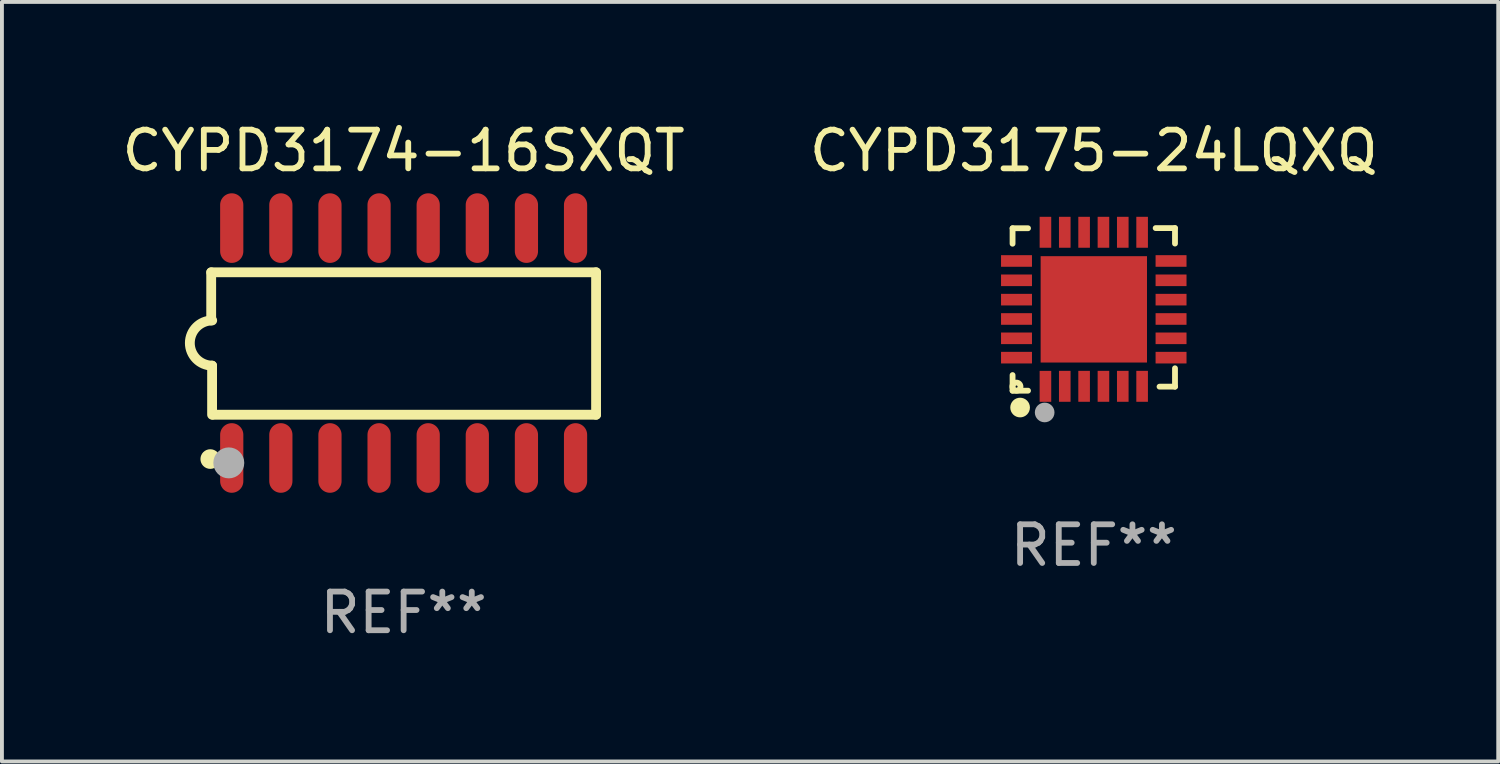
<source format=kicad_pcb>
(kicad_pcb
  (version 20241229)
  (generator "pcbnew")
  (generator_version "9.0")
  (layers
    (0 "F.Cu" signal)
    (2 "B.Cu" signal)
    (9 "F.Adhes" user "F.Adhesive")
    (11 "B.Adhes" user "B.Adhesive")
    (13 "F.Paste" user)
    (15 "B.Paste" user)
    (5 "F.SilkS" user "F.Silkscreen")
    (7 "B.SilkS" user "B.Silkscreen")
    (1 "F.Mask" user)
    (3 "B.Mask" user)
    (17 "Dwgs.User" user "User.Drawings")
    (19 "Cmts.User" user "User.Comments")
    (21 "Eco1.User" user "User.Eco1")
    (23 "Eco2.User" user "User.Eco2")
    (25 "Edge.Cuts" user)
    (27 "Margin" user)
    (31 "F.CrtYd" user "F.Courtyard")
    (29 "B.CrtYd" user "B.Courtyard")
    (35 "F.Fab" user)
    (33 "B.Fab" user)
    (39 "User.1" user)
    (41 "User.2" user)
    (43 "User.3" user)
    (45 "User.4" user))
  (footprint "CYPD3174-16SXQT"
    (layer "F.Cu")
    (at 7.387 5.82)
    (property "Reference" "CYPD3174-16SXQT" (at 0 -4.972 0) (layer "F.SilkS") (effects (font (size 1 1) (thickness 0.15))))
    (attr through_hole)
    (fp_line (start -4.976 -1.829) (end -4.976 -0.584) (stroke (width 0.254) (type solid)) (layer "F.SilkS"))
    (fp_line (start -4.953 0.584) (end -4.953 1.854) (stroke (width 0.254) (type solid)) (layer "F.SilkS"))
    (fp_line (start -4.928 1.854) (end 4.976 1.854) (stroke (width 0.254) (type solid)) (layer "F.SilkS"))
    (fp_line (start 4.976 -1.829) (end -4.976 -1.829) (stroke (width 0.254) (type solid)) (layer "F.SilkS"))
    (fp_line (start 4.976 1.854) (end 4.976 -1.829) (stroke (width 0.254) (type solid)) (layer "F.SilkS"))
    (fp_arc (start -4.95301 0.584201) (mid -5.533866 -0.00152) (end -4.950088 -0.584329) (stroke (width 0.254001) (type solid)) (layer "F.SilkS"))
    (fp_circle (center -5 3) (end -4.873 3) (stroke (width 0.254) (type solid)) (fill no) (layer "F.SilkS"))
    (fp_circle (center -4.521 3.099) (end -4.321 3.099) (stroke (width 0.4) (type solid)) (fill no) (layer "F.Fab"))
    (fp_text user "REF**" (at 0 6.972 0) (layer "F.Fab") (effects (font (size 1 1) (thickness 0.15))))
    (pad "1" smd oval (at -4.445 2.972 180) (size 0.6 1.8) (layers "F.Cu" "F.Mask" "F.Paste"))
    (pad "2" smd oval (at -3.175 2.972 180) (size 0.6 1.8) (layers "F.Cu" "F.Mask" "F.Paste"))
    (pad "3" smd oval (at -1.905 2.972 180) (size 0.6 1.8) (layers "F.Cu" "F.Mask" "F.Paste"))
    (pad "4" smd oval (at -0.635 2.972 180) (size 0.6 1.8) (layers "F.Cu" "F.Mask" "F.Paste"))
    (pad "5" smd oval (at 0.635 2.972 180) (size 0.6 1.8) (layers "F.Cu" "F.Mask" "F.Paste"))
    (pad "6" smd oval (at 1.905 2.972 180) (size 0.6 1.8) (layers "F.Cu" "F.Mask" "F.Paste"))
    (pad "7" smd oval (at 3.175 2.972 180) (size 0.6 1.8) (layers "F.Cu" "F.Mask" "F.Paste"))
    (pad "8" smd oval (at 4.445 2.972 180) (size 0.6 1.8) (layers "F.Cu" "F.Mask" "F.Paste"))
    (pad "9" smd oval (at 4.445 -2.972 180) (size 0.6 1.8) (layers "F.Cu" "F.Mask" "F.Paste"))
    (pad "10" smd oval (at 3.175 -2.972 180) (size 0.6 1.8) (layers "F.Cu" "F.Mask" "F.Paste"))
    (pad "11" smd oval (at 1.905 -2.972 180) (size 0.6 1.8) (layers "F.Cu" "F.Mask" "F.Paste"))
    (pad "12" smd oval (at 0.635 -2.972 180) (size 0.6 1.8) (layers "F.Cu" "F.Mask" "F.Paste"))
    (pad "13" smd oval (at -0.635 -2.972 180) (size 0.6 1.8) (layers "F.Cu" "F.Mask" "F.Paste"))
    (pad "14" smd oval (at -1.905 -2.972 180) (size 0.6 1.8) (layers "F.Cu" "F.Mask" "F.Paste"))
    (pad "15" smd oval (at -3.175 -2.972 180) (size 0.6 1.8) (layers "F.Cu" "F.Mask" "F.Paste"))
    (pad "16" smd oval (at -4.445 -2.972 180) (size 0.6 1.8) (layers "F.Cu" "F.Mask" "F.Paste")))
  (footprint "CYPD3175-24LQXQ"
    (layer "F.Cu")
    (at 25.232 4.95)
    (property "Reference" "CYPD3175-24LQXQ" (at 0 -4.102 0) (layer "F.SilkS") (effects (font (size 1 1) (thickness 0.15))))
    (attr through_hole)
    (fp_line (start -2.1 -2.098) (end -1.7 -2.098) (stroke (width 0.15) (type solid)) (layer "F.SilkS"))
    (fp_line (start -2.1 -1.698) (end -2.1 -2.098) (stroke (width 0.15) (type solid)) (layer "F.SilkS"))
    (fp_line (start -2.1 2.102) (end -2.1 1.698) (stroke (width 0.15) (type solid)) (layer "F.SilkS"))
    (fp_line (start -1.7 2.102) (end -2.1 2.102) (stroke (width 0.15) (type solid)) (layer "F.SilkS"))
    (fp_line (start 1.6 -2.102) (end 2.1 -2.102) (stroke (width 0.15) (type solid)) (layer "F.SilkS"))
    (fp_line (start 1.7 1.998) (end 2.1 1.998) (stroke (width 0.15) (type solid)) (layer "F.SilkS"))
    (fp_line (start 2.1 -2.102) (end 2.1 -1.702) (stroke (width 0.15) (type solid)) (layer "F.SilkS"))
    (fp_line (start 2.1 1.998) (end 2.1 1.522) (stroke (width 0.15) (type solid)) (layer "F.SilkS"))
    (fp_circle (center -2 1.998) (end -1.97 1.998) (stroke (width 0.15) (type solid)) (fill no) (layer "F.SilkS"))
    (fp_circle (center -1.905 2.538) (end -1.778 2.538) (stroke (width 0.254) (type solid)) (fill no) (layer "F.SilkS"))
    (fp_circle (center -1.27 2.665) (end -1.143 2.665) (stroke (width 0.254) (type solid)) (fill no) (layer "F.Fab"))
    (fp_text user "REF**" (at 0 6.102 0) (layer "F.Fab") (effects (font (size 1 1) (thickness 0.15))))
    (pad "1" smd rect (at -1.25 1.99 180) (size 0.3 0.8) (layers "F.Cu" "F.Mask" "F.Paste"))
    (pad "2" smd rect (at -0.75 1.989 180) (size 0.3 0.8) (layers "F.Cu" "F.Mask" "F.Paste"))
    (pad "3" smd rect (at -0.25 1.989 180) (size 0.3 0.8) (layers "F.Cu" "F.Mask" "F.Paste"))
    (pad "4" smd rect (at 0.25 1.989 180) (size 0.3 0.8) (layers "F.Cu" "F.Mask" "F.Paste"))
    (pad "5" smd rect (at 0.75 1.989 180) (size 0.3 0.8) (layers "F.Cu" "F.Mask" "F.Paste"))
    (pad "6" smd rect (at 1.25 1.989 180) (size 0.3 0.8) (layers "F.Cu" "F.Mask" "F.Paste"))
    (pad "7" smd rect (at 1.998 1.248 270) (size 0.3 0.8) (layers "F.Cu" "F.Mask" "F.Paste"))
    (pad "8" smd rect (at 1.998 0.748 270) (size 0.3 0.8) (layers "F.Cu" "F.Mask" "F.Paste"))
    (pad "9" smd rect (at 1.998 0.248 270) (size 0.3 0.8) (layers "F.Cu" "F.Mask" "F.Paste"))
    (pad "10" smd rect (at 1.998 -0.252 270) (size 0.3 0.8) (layers "F.Cu" "F.Mask" "F.Paste"))
    (pad "11" smd rect (at 1.998 -0.752 270) (size 0.3 0.8) (layers "F.Cu" "F.Mask" "F.Paste"))
    (pad "12" smd rect (at 1.998 -1.252 270) (size 0.3 0.8) (layers "F.Cu" "F.Mask" "F.Paste"))
    (pad "13" smd rect (at 1.25 -1.994) (size 0.3 0.8) (layers "F.Cu" "F.Mask" "F.Paste"))
    (pad "14" smd rect (at 0.75 -1.994) (size 0.3 0.8) (layers "F.Cu" "F.Mask" "F.Paste"))
    (pad "15" smd rect (at 0.25 -1.994) (size 0.3 0.8) (layers "F.Cu" "F.Mask" "F.Paste"))
    (pad "16" smd rect (at -0.25 -1.994) (size 0.3 0.8) (layers "F.Cu" "F.Mask" "F.Paste"))
    (pad "17" smd rect (at -0.75 -1.994) (size 0.3 0.8) (layers "F.Cu" "F.Mask" "F.Paste"))
    (pad "18" smd rect (at -1.25 -1.994) (size 0.3 0.8) (layers "F.Cu" "F.Mask" "F.Paste"))
    (pad "19" smd rect (at -1.998 -1.252 90) (size 0.3 0.8) (layers "F.Cu" "F.Mask" "F.Paste"))
    (pad "20" smd rect (at -1.998 -0.752 90) (size 0.3 0.8) (layers "F.Cu" "F.Mask" "F.Paste"))
    (pad "21" smd rect (at -1.998 -0.252 90) (size 0.3 0.8) (layers "F.Cu" "F.Mask" "F.Paste"))
    (pad "22" smd rect (at -1.998 0.248 90) (size 0.3 0.8) (layers "F.Cu" "F.Mask" "F.Paste"))
    (pad "23" smd rect (at -1.998 0.748 90) (size 0.3 0.8) (layers "F.Cu" "F.Mask" "F.Paste"))
    (pad "24" smd rect (at -1.998 1.248 90) (size 0.3 0.8) (layers "F.Cu" "F.Mask" "F.Paste"))
    (pad "25" smd rect (at 0.001 -0.001 90) (size 2.75 2.75) (layers "F.Cu" "F.Mask" "F.Paste")))
  (gr_rect
    (start -3 -3)
    (end 35.69 16.64)
    (stroke (width 0.1) (type default))
    (fill no)
    (layer "Edge.Cuts")))
</source>
